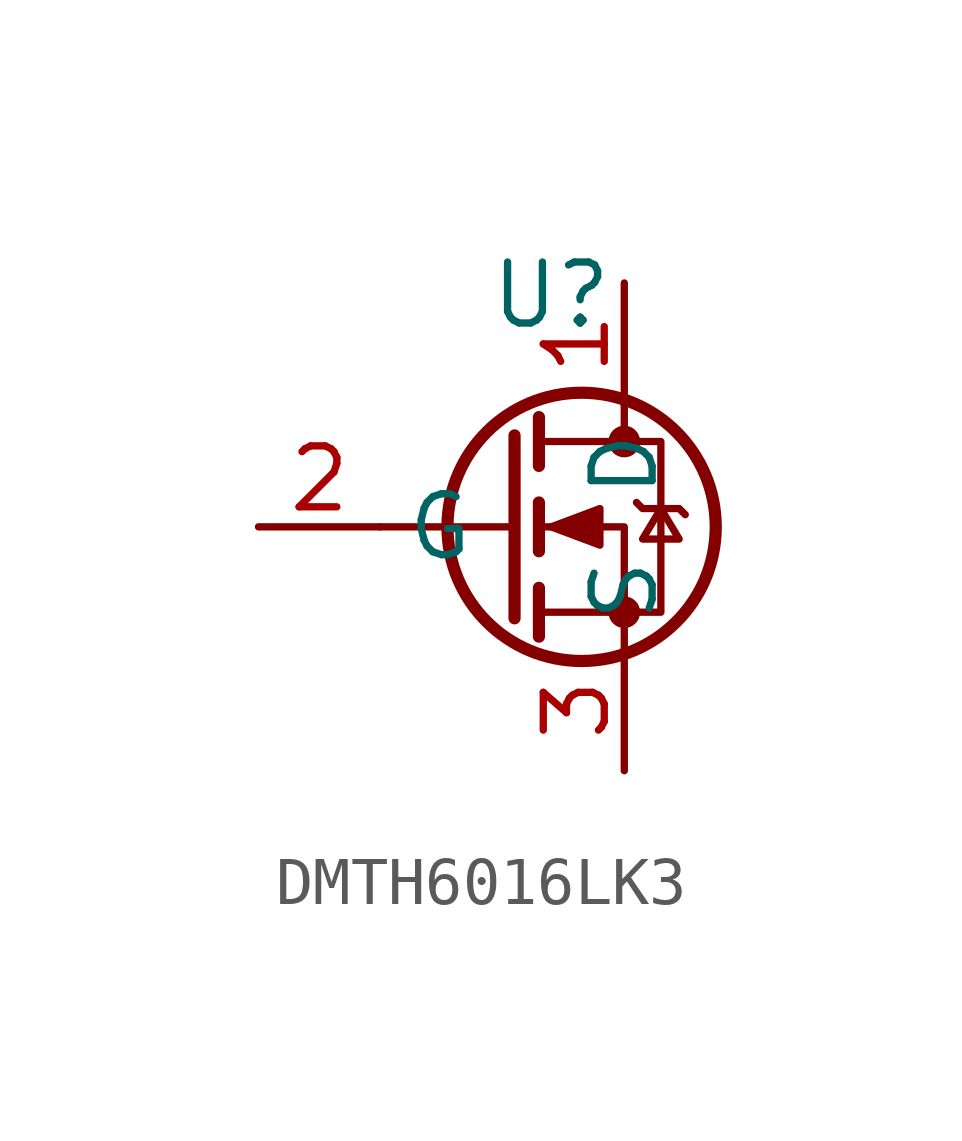
<source format=kicad_sym>
(kicad_symbol_lib
  (version 20241209)
  (generator "kicad_symbol_editor")
  (generator_version "9.0")
  (symbol "DMTH6016LK3"
    (property "Reference" "U"
      (at -1.524 1.016 0)
      (effects (font (size 1.27 1.27))))
    (property "Value" ""
      (at 0 0 0)
      (effects (font (size 1.27 1.27))))
    (symbol "DMTH6016LK3_0_1"
      (polyline (pts (xy -2.286 -1.905) (xy -2.286 -5.715)) (stroke (width 0.254) (type default)) (fill (type none)))
      (polyline (pts (xy -2.286 -3.81) (xy -5.08 -3.81)) (stroke (width 0) (type default)) (fill (type none)))
      (polyline (pts (xy -1.778 -1.524) (xy -1.778 -2.54)) (stroke (width 0.254) (type default)) (fill (type none)))
      (polyline (pts (xy -1.778 -3.302) (xy -1.778 -4.318)) (stroke (width 0.254) (type default)) (fill (type none)))
      (polyline (pts (xy -1.778 -5.08) (xy -1.778 -6.096)) (stroke (width 0.254) (type default)) (fill (type none)))
      (polyline (pts (xy -1.778 -5.588) (xy 0.762 -5.588) (xy 0.762 -2.032) (xy -1.778 -2.032)) (stroke (width 0) (type default)) (fill (type none)))
      (polyline (pts (xy -1.524 -3.81) (xy -0.508 -3.429) (xy -0.508 -4.191) (xy -1.524 -3.81)) (stroke (width 0) (type default)) (fill (type outline)))
      (circle (center -0.889 -3.81) (radius 2.794) (stroke (width 0.254) (type default)) (fill (type none)))
      (polyline (pts (xy 0 -1.27) (xy 0 -2.032)) (stroke (width 0) (type default)) (fill (type none)))
      (circle (center 0 -2.032) (radius 0.254) (stroke (width 0) (type default)) (fill (type outline)))
      (circle (center 0 -5.588) (radius 0.254) (stroke (width 0) (type default)) (fill (type outline)))
      (polyline (pts (xy 0 -6.35) (xy 0 -3.81) (xy -1.778 -3.81)) (stroke (width 0) (type default)) (fill (type none)))
      (polyline (pts (xy 0.254 -3.302) (xy 0.381 -3.429) (xy 1.143 -3.429) (xy 1.27 -3.556)) (stroke (width 0) (type default)) (fill (type none)))
      (polyline (pts (xy 0.762 -3.429) (xy 0.381 -4.064) (xy 1.143 -4.064) (xy 0.762 -3.429)) (stroke (width 0) (type default)) (fill (type none))))
    (symbol "DMTH6016LK3_1_1"
      (pin input line (at -7.62 -3.81 0) (length 2.54) (name "G" (effects (font (size 1.27 1.27)))) (number "2" (effects (font (size 1.27 1.27)))))
      (pin passive line (at 0 1.27 270) (length 2.54) (name "D" (effects (font (size 1.27 1.27)))) (number "1" (effects (font (size 1.27 1.27)))))
      (pin passive line (at 0 -8.89 90) (length 2.54) (name "S" (effects (font (size 1.27 1.27)))) (number "3" (effects (font (size 1.27 1.27))))))))
</source>
